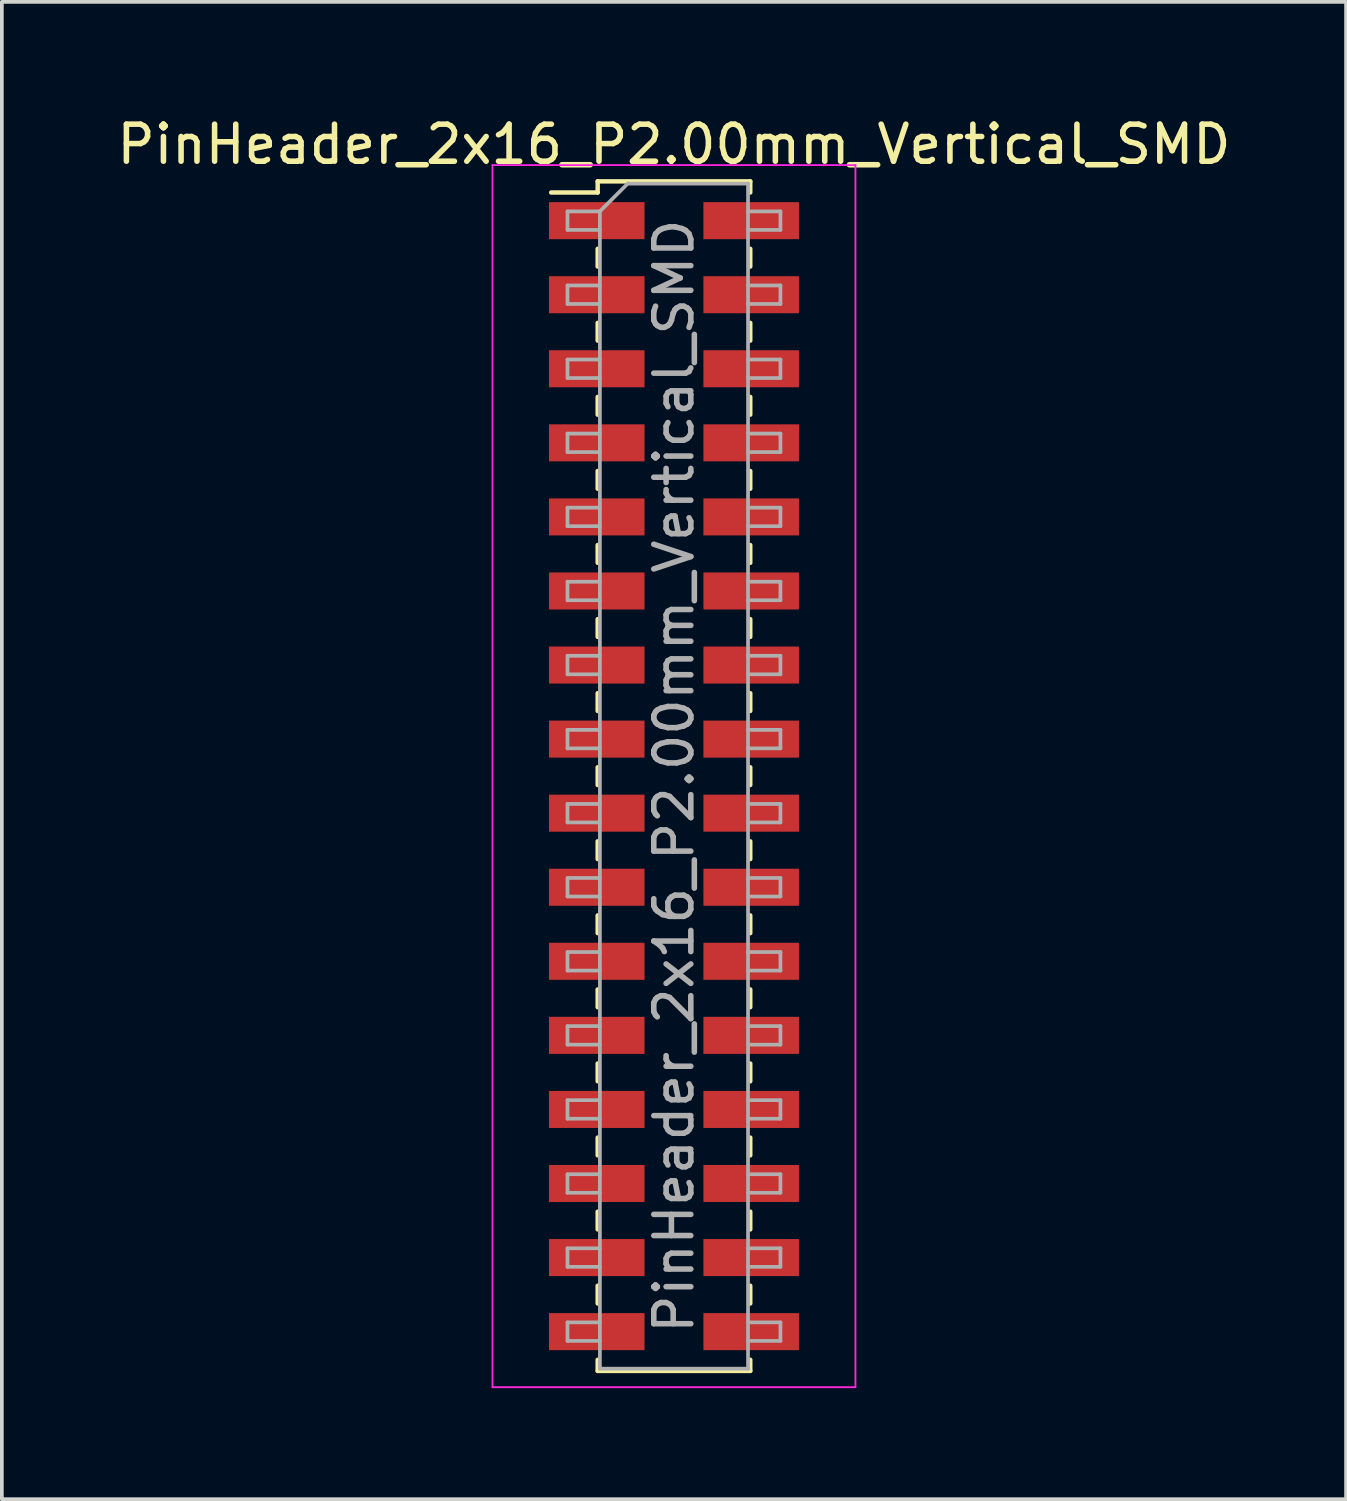
<source format=kicad_pcb>
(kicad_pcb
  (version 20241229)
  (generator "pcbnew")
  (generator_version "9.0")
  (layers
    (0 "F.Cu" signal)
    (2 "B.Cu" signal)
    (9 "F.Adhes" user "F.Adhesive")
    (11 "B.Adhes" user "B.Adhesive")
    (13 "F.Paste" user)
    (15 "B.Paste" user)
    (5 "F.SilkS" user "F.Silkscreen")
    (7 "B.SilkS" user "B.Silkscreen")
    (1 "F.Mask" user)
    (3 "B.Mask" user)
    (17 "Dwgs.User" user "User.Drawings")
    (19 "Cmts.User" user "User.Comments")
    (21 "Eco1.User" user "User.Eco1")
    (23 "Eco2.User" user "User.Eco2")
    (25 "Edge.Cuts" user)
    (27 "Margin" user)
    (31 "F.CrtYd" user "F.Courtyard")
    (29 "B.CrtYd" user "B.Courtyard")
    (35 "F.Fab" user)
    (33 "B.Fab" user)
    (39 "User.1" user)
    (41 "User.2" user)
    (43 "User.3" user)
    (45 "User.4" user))
  (footprint "PinHeader_2x16_P2.00mm_Vertical_SMD"
    (layer "F.Cu")
    (at 15.149 17.908)
    (property "Reference" "PinHeader_2x16_P2.00mm_Vertical_SMD" (at 0 -17.06 0) (layer "F.SilkS") (effects (font (size 1 1) (thickness 0.15))))
    (attr smd)
    (fp_line (start -3.315 -15.76) (end -2.06 -15.76) (stroke (width 0.12) (type solid)) (layer "F.SilkS"))
    (fp_line (start -2.06 -16.06) (end -2.06 -15.76) (stroke (width 0.12) (type solid)) (layer "F.SilkS"))
    (fp_line (start -2.06 -16.06) (end 2.06 -16.06) (stroke (width 0.12) (type solid)) (layer "F.SilkS"))
    (fp_line (start -2.06 -14.24) (end -2.06 -13.76) (stroke (width 0.12) (type solid)) (layer "F.SilkS"))
    (fp_line (start -2.06 -12.24) (end -2.06 -11.76) (stroke (width 0.12) (type solid)) (layer "F.SilkS"))
    (fp_line (start -2.06 -10.24) (end -2.06 -9.76) (stroke (width 0.12) (type solid)) (layer "F.SilkS"))
    (fp_line (start -2.06 -8.24) (end -2.06 -7.76) (stroke (width 0.12) (type solid)) (layer "F.SilkS"))
    (fp_line (start -2.06 -6.24) (end -2.06 -5.76) (stroke (width 0.12) (type solid)) (layer "F.SilkS"))
    (fp_line (start -2.06 -4.24) (end -2.06 -3.76) (stroke (width 0.12) (type solid)) (layer "F.SilkS"))
    (fp_line (start -2.06 -2.24) (end -2.06 -1.76) (stroke (width 0.12) (type solid)) (layer "F.SilkS"))
    (fp_line (start -2.06 -0.24) (end -2.06 0.24) (stroke (width 0.12) (type solid)) (layer "F.SilkS"))
    (fp_line (start -2.06 1.76) (end -2.06 2.24) (stroke (width 0.12) (type solid)) (layer "F.SilkS"))
    (fp_line (start -2.06 3.76) (end -2.06 4.24) (stroke (width 0.12) (type solid)) (layer "F.SilkS"))
    (fp_line (start -2.06 5.76) (end -2.06 6.24) (stroke (width 0.12) (type solid)) (layer "F.SilkS"))
    (fp_line (start -2.06 7.76) (end -2.06 8.24) (stroke (width 0.12) (type solid)) (layer "F.SilkS"))
    (fp_line (start -2.06 9.76) (end -2.06 10.24) (stroke (width 0.12) (type solid)) (layer "F.SilkS"))
    (fp_line (start -2.06 11.76) (end -2.06 12.24) (stroke (width 0.12) (type solid)) (layer "F.SilkS"))
    (fp_line (start -2.06 13.76) (end -2.06 14.24) (stroke (width 0.12) (type solid)) (layer "F.SilkS"))
    (fp_line (start -2.06 15.76) (end -2.06 16.06) (stroke (width 0.12) (type solid)) (layer "F.SilkS"))
    (fp_line (start -2.06 16.06) (end 2.06 16.06) (stroke (width 0.12) (type solid)) (layer "F.SilkS"))
    (fp_line (start 2.06 -16.06) (end 2.06 -15.76) (stroke (width 0.12) (type solid)) (layer "F.SilkS"))
    (fp_line (start 2.06 -14.24) (end 2.06 -13.76) (stroke (width 0.12) (type solid)) (layer "F.SilkS"))
    (fp_line (start 2.06 -12.24) (end 2.06 -11.76) (stroke (width 0.12) (type solid)) (layer "F.SilkS"))
    (fp_line (start 2.06 -10.24) (end 2.06 -9.76) (stroke (width 0.12) (type solid)) (layer "F.SilkS"))
    (fp_line (start 2.06 -8.24) (end 2.06 -7.76) (stroke (width 0.12) (type solid)) (layer "F.SilkS"))
    (fp_line (start 2.06 -6.24) (end 2.06 -5.76) (stroke (width 0.12) (type solid)) (layer "F.SilkS"))
    (fp_line (start 2.06 -4.24) (end 2.06 -3.76) (stroke (width 0.12) (type solid)) (layer "F.SilkS"))
    (fp_line (start 2.06 -2.24) (end 2.06 -1.76) (stroke (width 0.12) (type solid)) (layer "F.SilkS"))
    (fp_line (start 2.06 -0.24) (end 2.06 0.24) (stroke (width 0.12) (type solid)) (layer "F.SilkS"))
    (fp_line (start 2.06 1.76) (end 2.06 2.24) (stroke (width 0.12) (type solid)) (layer "F.SilkS"))
    (fp_line (start 2.06 3.76) (end 2.06 4.24) (stroke (width 0.12) (type solid)) (layer "F.SilkS"))
    (fp_line (start 2.06 5.76) (end 2.06 6.24) (stroke (width 0.12) (type solid)) (layer "F.SilkS"))
    (fp_line (start 2.06 7.76) (end 2.06 8.24) (stroke (width 0.12) (type solid)) (layer "F.SilkS"))
    (fp_line (start 2.06 9.76) (end 2.06 10.24) (stroke (width 0.12) (type solid)) (layer "F.SilkS"))
    (fp_line (start 2.06 11.76) (end 2.06 12.24) (stroke (width 0.12) (type solid)) (layer "F.SilkS"))
    (fp_line (start 2.06 13.76) (end 2.06 14.24) (stroke (width 0.12) (type solid)) (layer "F.SilkS"))
    (fp_line (start 2.06 15.76) (end 2.06 16.06) (stroke (width 0.12) (type solid)) (layer "F.SilkS"))
    (fp_line (start -4.9 -16.5) (end -4.9 16.5) (stroke (width 0.05) (type solid)) (layer "F.CrtYd"))
    (fp_line (start -4.9 16.5) (end 4.9 16.5) (stroke (width 0.05) (type solid)) (layer "F.CrtYd"))
    (fp_line (start 4.9 -16.5) (end -4.9 -16.5) (stroke (width 0.05) (type solid)) (layer "F.CrtYd"))
    (fp_line (start 4.9 16.5) (end 4.9 -16.5) (stroke (width 0.05) (type solid)) (layer "F.CrtYd"))
    (fp_line (start -2.875 -15.25) (end -2.875 -14.75) (stroke (width 0.1) (type solid)) (layer "F.Fab"))
    (fp_line (start -2.875 -14.75) (end -2 -14.75) (stroke (width 0.1) (type solid)) (layer "F.Fab"))
    (fp_line (start -2.875 -13.25) (end -2.875 -12.75) (stroke (width 0.1) (type solid)) (layer "F.Fab"))
    (fp_line (start -2.875 -12.75) (end -2 -12.75) (stroke (width 0.1) (type solid)) (layer "F.Fab"))
    (fp_line (start -2.875 -11.25) (end -2.875 -10.75) (stroke (width 0.1) (type solid)) (layer "F.Fab"))
    (fp_line (start -2.875 -10.75) (end -2 -10.75) (stroke (width 0.1) (type solid)) (layer "F.Fab"))
    (fp_line (start -2.875 -9.25) (end -2.875 -8.75) (stroke (width 0.1) (type solid)) (layer "F.Fab"))
    (fp_line (start -2.875 -8.75) (end -2 -8.75) (stroke (width 0.1) (type solid)) (layer "F.Fab"))
    (fp_line (start -2.875 -7.25) (end -2.875 -6.75) (stroke (width 0.1) (type solid)) (layer "F.Fab"))
    (fp_line (start -2.875 -6.75) (end -2 -6.75) (stroke (width 0.1) (type solid)) (layer "F.Fab"))
    (fp_line (start -2.875 -5.25) (end -2.875 -4.75) (stroke (width 0.1) (type solid)) (layer "F.Fab"))
    (fp_line (start -2.875 -4.75) (end -2 -4.75) (stroke (width 0.1) (type solid)) (layer "F.Fab"))
    (fp_line (start -2.875 -3.25) (end -2.875 -2.75) (stroke (width 0.1) (type solid)) (layer "F.Fab"))
    (fp_line (start -2.875 -2.75) (end -2 -2.75) (stroke (width 0.1) (type solid)) (layer "F.Fab"))
    (fp_line (start -2.875 -1.25) (end -2.875 -0.75) (stroke (width 0.1) (type solid)) (layer "F.Fab"))
    (fp_line (start -2.875 -0.75) (end -2 -0.75) (stroke (width 0.1) (type solid)) (layer "F.Fab"))
    (fp_line (start -2.875 0.75) (end -2.875 1.25) (stroke (width 0.1) (type solid)) (layer "F.Fab"))
    (fp_line (start -2.875 1.25) (end -2 1.25) (stroke (width 0.1) (type solid)) (layer "F.Fab"))
    (fp_line (start -2.875 2.75) (end -2.875 3.25) (stroke (width 0.1) (type solid)) (layer "F.Fab"))
    (fp_line (start -2.875 3.25) (end -2 3.25) (stroke (width 0.1) (type solid)) (layer "F.Fab"))
    (fp_line (start -2.875 4.75) (end -2.875 5.25) (stroke (width 0.1) (type solid)) (layer "F.Fab"))
    (fp_line (start -2.875 5.25) (end -2 5.25) (stroke (width 0.1) (type solid)) (layer "F.Fab"))
    (fp_line (start -2.875 6.75) (end -2.875 7.25) (stroke (width 0.1) (type solid)) (layer "F.Fab"))
    (fp_line (start -2.875 7.25) (end -2 7.25) (stroke (width 0.1) (type solid)) (layer "F.Fab"))
    (fp_line (start -2.875 8.75) (end -2.875 9.25) (stroke (width 0.1) (type solid)) (layer "F.Fab"))
    (fp_line (start -2.875 9.25) (end -2 9.25) (stroke (width 0.1) (type solid)) (layer "F.Fab"))
    (fp_line (start -2.875 10.75) (end -2.875 11.25) (stroke (width 0.1) (type solid)) (layer "F.Fab"))
    (fp_line (start -2.875 11.25) (end -2 11.25) (stroke (width 0.1) (type solid)) (layer "F.Fab"))
    (fp_line (start -2.875 12.75) (end -2.875 13.25) (stroke (width 0.1) (type solid)) (layer "F.Fab"))
    (fp_line (start -2.875 13.25) (end -2 13.25) (stroke (width 0.1) (type solid)) (layer "F.Fab"))
    (fp_line (start -2.875 14.75) (end -2.875 15.25) (stroke (width 0.1) (type solid)) (layer "F.Fab"))
    (fp_line (start -2.875 15.25) (end -2 15.25) (stroke (width 0.1) (type solid)) (layer "F.Fab"))
    (fp_line (start -2 -15.25) (end -2.875 -15.25) (stroke (width 0.1) (type solid)) (layer "F.Fab"))
    (fp_line (start -2 -15.25) (end -1.25 -16) (stroke (width 0.1) (type solid)) (layer "F.Fab"))
    (fp_line (start -2 -13.25) (end -2.875 -13.25) (stroke (width 0.1) (type solid)) (layer "F.Fab"))
    (fp_line (start -2 -11.25) (end -2.875 -11.25) (stroke (width 0.1) (type solid)) (layer "F.Fab"))
    (fp_line (start -2 -9.25) (end -2.875 -9.25) (stroke (width 0.1) (type solid)) (layer "F.Fab"))
    (fp_line (start -2 -7.25) (end -2.875 -7.25) (stroke (width 0.1) (type solid)) (layer "F.Fab"))
    (fp_line (start -2 -5.25) (end -2.875 -5.25) (stroke (width 0.1) (type solid)) (layer "F.Fab"))
    (fp_line (start -2 -3.25) (end -2.875 -3.25) (stroke (width 0.1) (type solid)) (layer "F.Fab"))
    (fp_line (start -2 -1.25) (end -2.875 -1.25) (stroke (width 0.1) (type solid)) (layer "F.Fab"))
    (fp_line (start -2 0.75) (end -2.875 0.75) (stroke (width 0.1) (type solid)) (layer "F.Fab"))
    (fp_line (start -2 2.75) (end -2.875 2.75) (stroke (width 0.1) (type solid)) (layer "F.Fab"))
    (fp_line (start -2 4.75) (end -2.875 4.75) (stroke (width 0.1) (type solid)) (layer "F.Fab"))
    (fp_line (start -2 6.75) (end -2.875 6.75) (stroke (width 0.1) (type solid)) (layer "F.Fab"))
    (fp_line (start -2 8.75) (end -2.875 8.75) (stroke (width 0.1) (type solid)) (layer "F.Fab"))
    (fp_line (start -2 10.75) (end -2.875 10.75) (stroke (width 0.1) (type solid)) (layer "F.Fab"))
    (fp_line (start -2 12.75) (end -2.875 12.75) (stroke (width 0.1) (type solid)) (layer "F.Fab"))
    (fp_line (start -2 14.75) (end -2.875 14.75) (stroke (width 0.1) (type solid)) (layer "F.Fab"))
    (fp_line (start -2 16) (end -2 -15.25) (stroke (width 0.1) (type solid)) (layer "F.Fab"))
    (fp_line (start -1.25 -16) (end 2 -16) (stroke (width 0.1) (type solid)) (layer "F.Fab"))
    (fp_line (start 2 -16) (end 2 16) (stroke (width 0.1) (type solid)) (layer "F.Fab"))
    (fp_line (start 2 -15.25) (end 2.875 -15.25) (stroke (width 0.1) (type solid)) (layer "F.Fab"))
    (fp_line (start 2 -13.25) (end 2.875 -13.25) (stroke (width 0.1) (type solid)) (layer "F.Fab"))
    (fp_line (start 2 -11.25) (end 2.875 -11.25) (stroke (width 0.1) (type solid)) (layer "F.Fab"))
    (fp_line (start 2 -9.25) (end 2.875 -9.25) (stroke (width 0.1) (type solid)) (layer "F.Fab"))
    (fp_line (start 2 -7.25) (end 2.875 -7.25) (stroke (width 0.1) (type solid)) (layer "F.Fab"))
    (fp_line (start 2 -5.25) (end 2.875 -5.25) (stroke (width 0.1) (type solid)) (layer "F.Fab"))
    (fp_line (start 2 -3.25) (end 2.875 -3.25) (stroke (width 0.1) (type solid)) (layer "F.Fab"))
    (fp_line (start 2 -1.25) (end 2.875 -1.25) (stroke (width 0.1) (type solid)) (layer "F.Fab"))
    (fp_line (start 2 0.75) (end 2.875 0.75) (stroke (width 0.1) (type solid)) (layer "F.Fab"))
    (fp_line (start 2 2.75) (end 2.875 2.75) (stroke (width 0.1) (type solid)) (layer "F.Fab"))
    (fp_line (start 2 4.75) (end 2.875 4.75) (stroke (width 0.1) (type solid)) (layer "F.Fab"))
    (fp_line (start 2 6.75) (end 2.875 6.75) (stroke (width 0.1) (type solid)) (layer "F.Fab"))
    (fp_line (start 2 8.75) (end 2.875 8.75) (stroke (width 0.1) (type solid)) (layer "F.Fab"))
    (fp_line (start 2 10.75) (end 2.875 10.75) (stroke (width 0.1) (type solid)) (layer "F.Fab"))
    (fp_line (start 2 12.75) (end 2.875 12.75) (stroke (width 0.1) (type solid)) (layer "F.Fab"))
    (fp_line (start 2 14.75) (end 2.875 14.75) (stroke (width 0.1) (type solid)) (layer "F.Fab"))
    (fp_line (start 2 16) (end -2 16) (stroke (width 0.1) (type solid)) (layer "F.Fab"))
    (fp_line (start 2.875 -15.25) (end 2.875 -14.75) (stroke (width 0.1) (type solid)) (layer "F.Fab"))
    (fp_line (start 2.875 -14.75) (end 2 -14.75) (stroke (width 0.1) (type solid)) (layer "F.Fab"))
    (fp_line (start 2.875 -13.25) (end 2.875 -12.75) (stroke (width 0.1) (type solid)) (layer "F.Fab"))
    (fp_line (start 2.875 -12.75) (end 2 -12.75) (stroke (width 0.1) (type solid)) (layer "F.Fab"))
    (fp_line (start 2.875 -11.25) (end 2.875 -10.75) (stroke (width 0.1) (type solid)) (layer "F.Fab"))
    (fp_line (start 2.875 -10.75) (end 2 -10.75) (stroke (width 0.1) (type solid)) (layer "F.Fab"))
    (fp_line (start 2.875 -9.25) (end 2.875 -8.75) (stroke (width 0.1) (type solid)) (layer "F.Fab"))
    (fp_line (start 2.875 -8.75) (end 2 -8.75) (stroke (width 0.1) (type solid)) (layer "F.Fab"))
    (fp_line (start 2.875 -7.25) (end 2.875 -6.75) (stroke (width 0.1) (type solid)) (layer "F.Fab"))
    (fp_line (start 2.875 -6.75) (end 2 -6.75) (stroke (width 0.1) (type solid)) (layer "F.Fab"))
    (fp_line (start 2.875 -5.25) (end 2.875 -4.75) (stroke (width 0.1) (type solid)) (layer "F.Fab"))
    (fp_line (start 2.875 -4.75) (end 2 -4.75) (stroke (width 0.1) (type solid)) (layer "F.Fab"))
    (fp_line (start 2.875 -3.25) (end 2.875 -2.75) (stroke (width 0.1) (type solid)) (layer "F.Fab"))
    (fp_line (start 2.875 -2.75) (end 2 -2.75) (stroke (width 0.1) (type solid)) (layer "F.Fab"))
    (fp_line (start 2.875 -1.25) (end 2.875 -0.75) (stroke (width 0.1) (type solid)) (layer "F.Fab"))
    (fp_line (start 2.875 -0.75) (end 2 -0.75) (stroke (width 0.1) (type solid)) (layer "F.Fab"))
    (fp_line (start 2.875 0.75) (end 2.875 1.25) (stroke (width 0.1) (type solid)) (layer "F.Fab"))
    (fp_line (start 2.875 1.25) (end 2 1.25) (stroke (width 0.1) (type solid)) (layer "F.Fab"))
    (fp_line (start 2.875 2.75) (end 2.875 3.25) (stroke (width 0.1) (type solid)) (layer "F.Fab"))
    (fp_line (start 2.875 3.25) (end 2 3.25) (stroke (width 0.1) (type solid)) (layer "F.Fab"))
    (fp_line (start 2.875 4.75) (end 2.875 5.25) (stroke (width 0.1) (type solid)) (layer "F.Fab"))
    (fp_line (start 2.875 5.25) (end 2 5.25) (stroke (width 0.1) (type solid)) (layer "F.Fab"))
    (fp_line (start 2.875 6.75) (end 2.875 7.25) (stroke (width 0.1) (type solid)) (layer "F.Fab"))
    (fp_line (start 2.875 7.25) (end 2 7.25) (stroke (width 0.1) (type solid)) (layer "F.Fab"))
    (fp_line (start 2.875 8.75) (end 2.875 9.25) (stroke (width 0.1) (type solid)) (layer "F.Fab"))
    (fp_line (start 2.875 9.25) (end 2 9.25) (stroke (width 0.1) (type solid)) (layer "F.Fab"))
    (fp_line (start 2.875 10.75) (end 2.875 11.25) (stroke (width 0.1) (type solid)) (layer "F.Fab"))
    (fp_line (start 2.875 11.25) (end 2 11.25) (stroke (width 0.1) (type solid)) (layer "F.Fab"))
    (fp_line (start 2.875 12.75) (end 2.875 13.25) (stroke (width 0.1) (type solid)) (layer "F.Fab"))
    (fp_line (start 2.875 13.25) (end 2 13.25) (stroke (width 0.1) (type solid)) (layer "F.Fab"))
    (fp_line (start 2.875 14.75) (end 2.875 15.25) (stroke (width 0.1) (type solid)) (layer "F.Fab"))
    (fp_line (start 2.875 15.25) (end 2 15.25) (stroke (width 0.1) (type solid)) (layer "F.Fab"))
    (fp_text user "${REFERENCE}" (at 0 0 90) (layer "F.Fab") (effects (font (size 1 1) (thickness 0.15))))
    (pad "1" smd rect (at -2.085 -15) (size 2.58 1) (layers "F.Cu" "F.Mask" "F.Paste"))
    (pad "2" smd rect (at 2.085 -15) (size 2.58 1) (layers "F.Cu" "F.Mask" "F.Paste"))
    (pad "3" smd rect (at -2.085 -13) (size 2.58 1) (layers "F.Cu" "F.Mask" "F.Paste"))
    (pad "4" smd rect (at 2.085 -13) (size 2.58 1) (layers "F.Cu" "F.Mask" "F.Paste"))
    (pad "5" smd rect (at -2.085 -11) (size 2.58 1) (layers "F.Cu" "F.Mask" "F.Paste"))
    (pad "6" smd rect (at 2.085 -11) (size 2.58 1) (layers "F.Cu" "F.Mask" "F.Paste"))
    (pad "7" smd rect (at -2.085 -9) (size 2.58 1) (layers "F.Cu" "F.Mask" "F.Paste"))
    (pad "8" smd rect (at 2.085 -9) (size 2.58 1) (layers "F.Cu" "F.Mask" "F.Paste"))
    (pad "9" smd rect (at -2.085 -7) (size 2.58 1) (layers "F.Cu" "F.Mask" "F.Paste"))
    (pad "10" smd rect (at 2.085 -7) (size 2.58 1) (layers "F.Cu" "F.Mask" "F.Paste"))
    (pad "11" smd rect (at -2.085 -5) (size 2.58 1) (layers "F.Cu" "F.Mask" "F.Paste"))
    (pad "12" smd rect (at 2.085 -5) (size 2.58 1) (layers "F.Cu" "F.Mask" "F.Paste"))
    (pad "13" smd rect (at -2.085 -3) (size 2.58 1) (layers "F.Cu" "F.Mask" "F.Paste"))
    (pad "14" smd rect (at 2.085 -3) (size 2.58 1) (layers "F.Cu" "F.Mask" "F.Paste"))
    (pad "15" smd rect (at -2.085 -1) (size 2.58 1) (layers "F.Cu" "F.Mask" "F.Paste"))
    (pad "16" smd rect (at 2.085 -1) (size 2.58 1) (layers "F.Cu" "F.Mask" "F.Paste"))
    (pad "17" smd rect (at -2.085 1) (size 2.58 1) (layers "F.Cu" "F.Mask" "F.Paste"))
    (pad "18" smd rect (at 2.085 1) (size 2.58 1) (layers "F.Cu" "F.Mask" "F.Paste"))
    (pad "19" smd rect (at -2.085 3) (size 2.58 1) (layers "F.Cu" "F.Mask" "F.Paste"))
    (pad "20" smd rect (at 2.085 3) (size 2.58 1) (layers "F.Cu" "F.Mask" "F.Paste"))
    (pad "21" smd rect (at -2.085 5) (size 2.58 1) (layers "F.Cu" "F.Mask" "F.Paste"))
    (pad "22" smd rect (at 2.085 5) (size 2.58 1) (layers "F.Cu" "F.Mask" "F.Paste"))
    (pad "23" smd rect (at -2.085 7) (size 2.58 1) (layers "F.Cu" "F.Mask" "F.Paste"))
    (pad "24" smd rect (at 2.085 7) (size 2.58 1) (layers "F.Cu" "F.Mask" "F.Paste"))
    (pad "25" smd rect (at -2.085 9) (size 2.58 1) (layers "F.Cu" "F.Mask" "F.Paste"))
    (pad "26" smd rect (at 2.085 9) (size 2.58 1) (layers "F.Cu" "F.Mask" "F.Paste"))
    (pad "27" smd rect (at -2.085 11) (size 2.58 1) (layers "F.Cu" "F.Mask" "F.Paste"))
    (pad "28" smd rect (at 2.085 11) (size 2.58 1) (layers "F.Cu" "F.Mask" "F.Paste"))
    (pad "29" smd rect (at -2.085 13) (size 2.58 1) (layers "F.Cu" "F.Mask" "F.Paste"))
    (pad "30" smd rect (at 2.085 13) (size 2.58 1) (layers "F.Cu" "F.Mask" "F.Paste"))
    (pad "31" smd rect (at -2.085 15) (size 2.58 1) (layers "F.Cu" "F.Mask" "F.Paste"))
    (pad "32" smd rect (at 2.085 15) (size 2.58 1) (layers "F.Cu" "F.Mask" "F.Paste")))
  (gr_rect
    (start -3 -3)
    (end 33.298 37.433)
    (stroke (width 0.1) (type default))
    (fill no)
    (layer "Edge.Cuts")))
</source>
